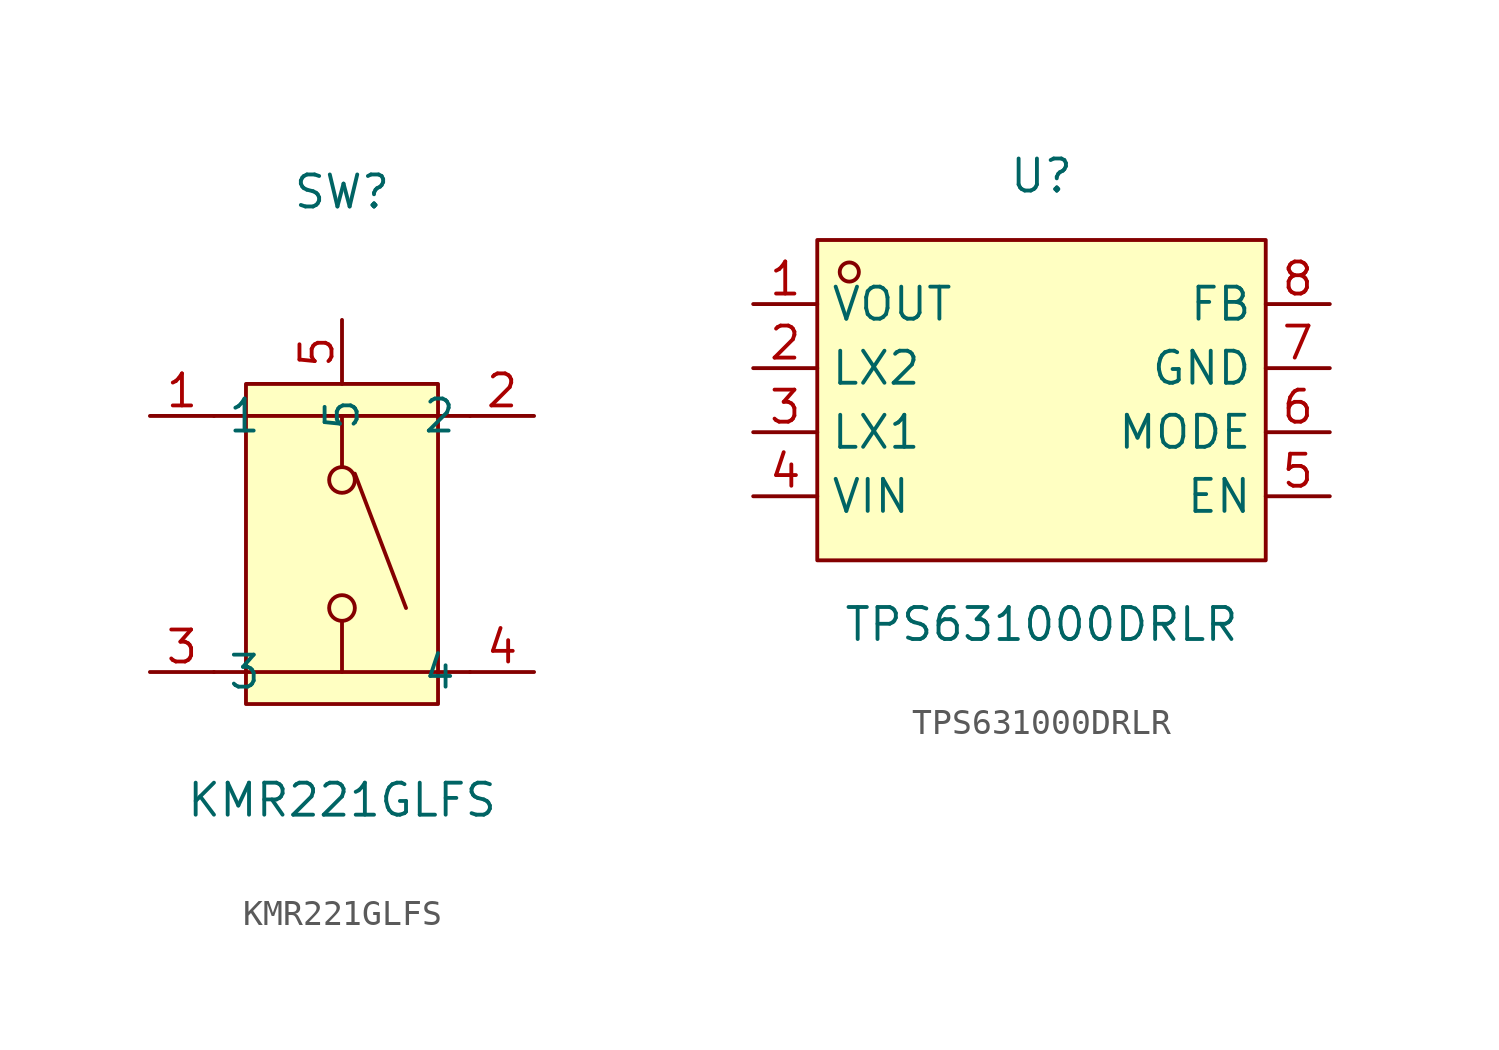
<source format=kicad_sym>
(kicad_symbol_lib
  (version 20211014)
  (generator https://github.com/uPesy/easyeda2kicad.py)
  (symbol "KMR221GLFS"
    (property "Reference" "SW"
      (at 0 12.70 0)
      (effects (font (size 1.27 1.27))))
    (property "Value" "KMR221GLFS"
      (at 0 -11.43 0)
      (effects (font (size 1.27 1.27))))
    (symbol "KMR221GLFS_0_1"
      (rectangle (start -3.81 5.08) (end 3.81 -7.62) (stroke (width 0) (type default) (color 0 0 0 0)) (fill (type background)))
      (circle (center 0.00 1.27) (radius 0.51) (stroke (width 0) (type default) (color 0 0 0 0)) (fill (type none)))
      (circle (center 0.00 -3.81) (radius 0.51) (stroke (width 0) (type default) (color 0 0 0 0)) (fill (type none)))
      (polyline (pts (xy 0.00 1.78) (xy 0.00 3.81)) (stroke (width 0) (type default) (color 0 0 0 0)) (fill (type none)))
      (polyline (pts (xy 0.00 -4.32) (xy 0.00 -6.35)) (stroke (width 0) (type default) (color 0 0 0 0)) (fill (type none)))
      (polyline (pts (xy 5.08 -6.35) (xy -5.08 -6.35)) (stroke (width 0) (type default) (color 0 0 0 0)) (fill (type none)))
      (polyline (pts (xy 5.08 3.81) (xy -5.08 3.81)) (stroke (width 0) (type default) (color 0 0 0 0)) (fill (type none)))
      (polyline (pts (xy 0.51 1.52) (xy 2.54 -3.81)) (stroke (width 0) (type default) (color 0 0 0 0)) (fill (type none)))
      (pin unspecified line (at -7.62 3.81 0) (length 2.54) (name "1" (effects (font (size 1.27 1.27)))) (number "1" (effects (font (size 1.27 1.27)))))
      (pin unspecified line (at 7.62 3.81 180) (length 2.54) (name "2" (effects (font (size 1.27 1.27)))) (number "2" (effects (font (size 1.27 1.27)))))
      (pin unspecified line (at -7.62 -6.35 0) (length 2.54) (name "3" (effects (font (size 1.27 1.27)))) (number "3" (effects (font (size 1.27 1.27)))))
      (pin unspecified line (at 7.62 -6.35 180) (length 2.54) (name "4" (effects (font (size 1.27 1.27)))) (number "4" (effects (font (size 1.27 1.27)))))
      (pin unspecified line (at 0.00 7.62 270) (length 2.54) (name "5" (effects (font (size 1.27 1.27)))) (number "5" (effects (font (size 1.27 1.27)))))))
  (symbol "TPS631000DRLR"
    (property "Reference" "U"
      (at 0 8.89 0)
      (effects (font (size 1.27 1.27))))
    (property "Value" "TPS631000DRLR"
      (at 0 -8.89 0)
      (effects (font (size 1.27 1.27))))
    (symbol "TPS631000DRLR_0_1"
      (rectangle (start -8.89 6.35) (end 8.89 -6.35) (stroke (width 0) (type default) (color 0 0 0 0)) (fill (type background)))
      (circle (center -7.62 5.08) (radius 0.38) (stroke (width 0) (type default) (color 0 0 0 0)) (fill (type none)))
      (pin unspecified line (at -11.43 3.81 0) (length 2.54) (name "VOUT" (effects (font (size 1.27 1.27)))) (number "1" (effects (font (size 1.27 1.27)))))
      (pin unspecified line (at -11.43 1.27 0) (length 2.54) (name "LX2" (effects (font (size 1.27 1.27)))) (number "2" (effects (font (size 1.27 1.27)))))
      (pin unspecified line (at -11.43 -1.27 0) (length 2.54) (name "LX1" (effects (font (size 1.27 1.27)))) (number "3" (effects (font (size 1.27 1.27)))))
      (pin unspecified line (at -11.43 -3.81 0) (length 2.54) (name "VIN" (effects (font (size 1.27 1.27)))) (number "4" (effects (font (size 1.27 1.27)))))
      (pin unspecified line (at 11.43 -3.81 180) (length 2.54) (name "EN" (effects (font (size 1.27 1.27)))) (number "5" (effects (font (size 1.27 1.27)))))
      (pin unspecified line (at 11.43 -1.27 180) (length 2.54) (name "MODE" (effects (font (size 1.27 1.27)))) (number "6" (effects (font (size 1.27 1.27)))))
      (pin unspecified line (at 11.43 1.27 180) (length 2.54) (name "GND" (effects (font (size 1.27 1.27)))) (number "7" (effects (font (size 1.27 1.27)))))
      (pin unspecified line (at 11.43 3.81 180) (length 2.54) (name "FB" (effects (font (size 1.27 1.27)))) (number "8" (effects (font (size 1.27 1.27))))))))
</source>
